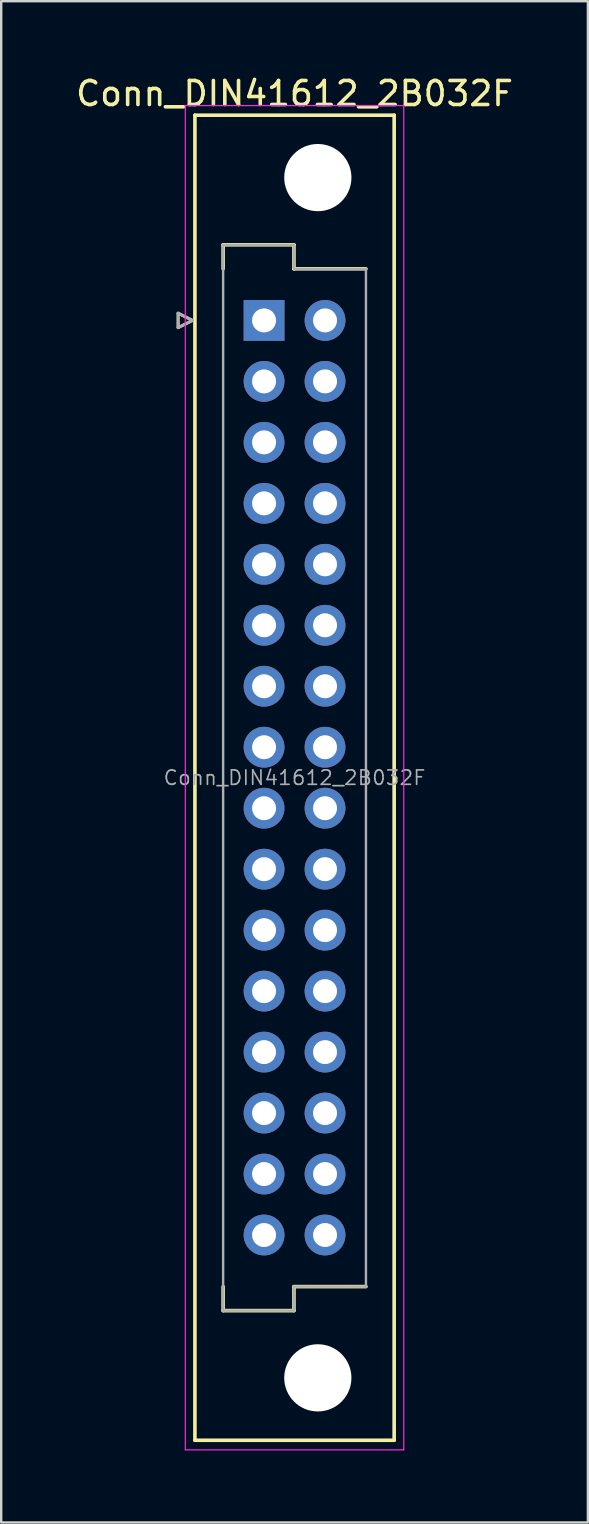
<source format=kicad_pcb>
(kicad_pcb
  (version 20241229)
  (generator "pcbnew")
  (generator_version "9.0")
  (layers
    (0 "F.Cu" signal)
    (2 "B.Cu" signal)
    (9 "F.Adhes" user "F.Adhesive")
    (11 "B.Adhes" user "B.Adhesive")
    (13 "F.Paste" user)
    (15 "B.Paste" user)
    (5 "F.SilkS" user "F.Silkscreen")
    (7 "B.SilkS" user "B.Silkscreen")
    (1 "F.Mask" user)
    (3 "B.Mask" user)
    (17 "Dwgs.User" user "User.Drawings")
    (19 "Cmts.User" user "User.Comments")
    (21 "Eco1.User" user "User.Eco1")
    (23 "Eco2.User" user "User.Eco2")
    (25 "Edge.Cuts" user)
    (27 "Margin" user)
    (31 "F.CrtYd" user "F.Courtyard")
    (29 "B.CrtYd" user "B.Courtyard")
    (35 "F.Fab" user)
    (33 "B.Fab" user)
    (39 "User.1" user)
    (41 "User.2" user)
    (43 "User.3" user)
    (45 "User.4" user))
  (footprint "Conn_DIN41612_2B032F"
    (layer "F.Cu")
    (at 7.95 10.298)
    (property "Reference" "Conn_DIN41612_2B032F" (at 1.27 -9.45 0) (layer "F.SilkS") (effects (font (size 1 1) (thickness 0.15))))
    (attr through_hole)
    (fp_line (start -3.58 -0.3) (end -3.58 0.3) (stroke (width 0.12) (type solid)) (layer "F.SilkS"))
    (fp_line (start -3.58 0.3) (end -2.98 0) (stroke (width 0.12) (type solid)) (layer "F.SilkS"))
    (fp_line (start -2.98 0) (end -3.58 -0.3) (stroke (width 0.12) (type solid)) (layer "F.SilkS"))
    (fp_line (start -2.88 -8.55) (end -2.88 46.65) (stroke (width 0.15) (type solid)) (layer "F.SilkS"))
    (fp_line (start -2.88 46.65) (end 5.42 46.65) (stroke (width 0.15) (type solid)) (layer "F.SilkS"))
    (fp_line (start -1.705 -3.15) (end 1.245 -3.15) (stroke (width 0.15) (type solid)) (layer "F.SilkS"))
    (fp_line (start -1.705 -2.15) (end -1.705 -3.15) (stroke (width 0.15) (type solid)) (layer "F.SilkS"))
    (fp_line (start -1.705 41.25) (end -1.705 40.25) (stroke (width 0.15) (type solid)) (layer "F.SilkS"))
    (fp_line (start 1.245 -3.15) (end 1.245 -2.15) (stroke (width 0.15) (type solid)) (layer "F.SilkS"))
    (fp_line (start 1.245 -2.15) (end 4.245 -2.15) (stroke (width 0.15) (type solid)) (layer "F.SilkS"))
    (fp_line (start 1.245 40.25) (end 1.245 41.25) (stroke (width 0.15) (type solid)) (layer "F.SilkS"))
    (fp_line (start 1.245 41.25) (end -1.705 41.25) (stroke (width 0.15) (type solid)) (layer "F.SilkS"))
    (fp_line (start 4.245 40.25) (end 1.245 40.25) (stroke (width 0.15) (type solid)) (layer "F.SilkS"))
    (fp_line (start 5.42 -8.55) (end -2.88 -8.55) (stroke (width 0.15) (type solid)) (layer "F.SilkS"))
    (fp_line (start 5.42 46.65) (end 5.42 -8.55) (stroke (width 0.15) (type solid)) (layer "F.SilkS"))
    (fp_line (start -3.28 -8.95) (end -3.28 47.05) (stroke (width 0.05) (type solid)) (layer "F.CrtYd"))
    (fp_line (start -3.28 47.05) (end 5.82 47.05) (stroke (width 0.05) (type solid)) (layer "F.CrtYd"))
    (fp_line (start 5.82 -8.95) (end -3.28 -8.95) (stroke (width 0.05) (type solid)) (layer "F.CrtYd"))
    (fp_line (start 5.82 47.05) (end 5.82 -8.95) (stroke (width 0.05) (type solid)) (layer "F.CrtYd"))
    (fp_line (start -3.58 -0.3) (end -3.58 0.3) (stroke (width 0.12) (type solid)) (layer "F.Fab"))
    (fp_line (start -3.58 0.3) (end -2.98 0) (stroke (width 0.12) (type solid)) (layer "F.Fab"))
    (fp_line (start -2.98 0) (end -3.58 -0.3) (stroke (width 0.12) (type solid)) (layer "F.Fab"))
    (fp_line (start -1.705 -3.15) (end 1.245 -3.15) (stroke (width 0.1) (type solid)) (layer "F.Fab"))
    (fp_line (start -1.705 -2.15) (end -1.705 -3.15) (stroke (width 0.1) (type solid)) (layer "F.Fab"))
    (fp_line (start -1.705 40.25) (end -1.705 -2.15) (stroke (width 0.1) (type solid)) (layer "F.Fab"))
    (fp_line (start -1.705 41.25) (end -1.705 40.25) (stroke (width 0.1) (type solid)) (layer "F.Fab"))
    (fp_line (start 1.245 -3.15) (end 1.245 -2.15) (stroke (width 0.1) (type solid)) (layer "F.Fab"))
    (fp_line (start 1.245 -2.15) (end 4.245 -2.15) (stroke (width 0.1) (type solid)) (layer "F.Fab"))
    (fp_line (start 1.245 40.25) (end 1.245 41.25) (stroke (width 0.1) (type solid)) (layer "F.Fab"))
    (fp_line (start 1.245 41.25) (end -1.705 41.25) (stroke (width 0.1) (type solid)) (layer "F.Fab"))
    (fp_line (start 4.245 -2.15) (end 4.245 40.25) (stroke (width 0.1) (type solid)) (layer "F.Fab"))
    (fp_line (start 4.245 40.25) (end 1.245 40.25) (stroke (width 0.1) (type solid)) (layer "F.Fab"))
    (fp_text user "${REFERENCE}" (at 1.27 19.05 0) (layer "F.Fab") (effects (font (size 0.6 0.6) (thickness 0.07))))
    (pad "" np_thru_hole circle (at 2.24 -5.95) (size 2.8 2.8) (drill 2.8) (layers "*.Cu" "*.Mask"))
    (pad "" np_thru_hole circle (at 2.24 44.05) (size 2.8 2.8) (drill 2.8) (layers "*.Cu" "*.Mask"))
    (pad "A1" thru_hole rect (at 0 0) (size 1.7 1.7) (drill 1) (layers "*.Cu" "*.Mask"))
    (pad "A2" thru_hole circle (at 0 2.54) (size 1.7 1.7) (drill 1) (layers "*.Cu" "*.Mask"))
    (pad "A3" thru_hole circle (at 0 5.08) (size 1.7 1.7) (drill 1) (layers "*.Cu" "*.Mask"))
    (pad "A4" thru_hole circle (at 0 7.62) (size 1.7 1.7) (drill 1) (layers "*.Cu" "*.Mask"))
    (pad "A5" thru_hole circle (at 0 10.16) (size 1.7 1.7) (drill 1) (layers "*.Cu" "*.Mask"))
    (pad "A6" thru_hole circle (at 0 12.7) (size 1.7 1.7) (drill 1) (layers "*.Cu" "*.Mask"))
    (pad "A7" thru_hole circle (at 0 15.24) (size 1.7 1.7) (drill 1) (layers "*.Cu" "*.Mask"))
    (pad "A8" thru_hole circle (at 0 17.78) (size 1.7 1.7) (drill 1) (layers "*.Cu" "*.Mask"))
    (pad "A9" thru_hole circle (at 0 20.32) (size 1.7 1.7) (drill 1) (layers "*.Cu" "*.Mask"))
    (pad "A10" thru_hole circle (at 0 22.86) (size 1.7 1.7) (drill 1) (layers "*.Cu" "*.Mask"))
    (pad "A11" thru_hole circle (at 0 25.4) (size 1.7 1.7) (drill 1) (layers "*.Cu" "*.Mask"))
    (pad "A12" thru_hole circle (at 0 27.94) (size 1.7 1.7) (drill 1) (layers "*.Cu" "*.Mask"))
    (pad "A13" thru_hole circle (at 0 30.48) (size 1.7 1.7) (drill 1) (layers "*.Cu" "*.Mask"))
    (pad "A14" thru_hole circle (at 0 33.02) (size 1.7 1.7) (drill 1) (layers "*.Cu" "*.Mask"))
    (pad "A15" thru_hole circle (at 0 35.56) (size 1.7 1.7) (drill 1) (layers "*.Cu" "*.Mask"))
    (pad "A16" thru_hole circle (at 0 38.1) (size 1.7 1.7) (drill 1) (layers "*.Cu" "*.Mask"))
    (pad "B1" thru_hole circle (at 2.54 0) (size 1.7 1.7) (drill 1) (layers "*.Cu" "*.Mask"))
    (pad "B2" thru_hole circle (at 2.54 2.54) (size 1.7 1.7) (drill 1) (layers "*.Cu" "*.Mask"))
    (pad "B3" thru_hole circle (at 2.54 5.08) (size 1.7 1.7) (drill 1) (layers "*.Cu" "*.Mask"))
    (pad "B4" thru_hole circle (at 2.54 7.62) (size 1.7 1.7) (drill 1) (layers "*.Cu" "*.Mask"))
    (pad "B5" thru_hole circle (at 2.54 10.16) (size 1.7 1.7) (drill 1) (layers "*.Cu" "*.Mask"))
    (pad "B6" thru_hole circle (at 2.54 12.7) (size 1.7 1.7) (drill 1) (layers "*.Cu" "*.Mask"))
    (pad "B7" thru_hole circle (at 2.54 15.24) (size 1.7 1.7) (drill 1) (layers "*.Cu" "*.Mask"))
    (pad "B8" thru_hole circle (at 2.54 17.78) (size 1.7 1.7) (drill 1) (layers "*.Cu" "*.Mask"))
    (pad "B9" thru_hole circle (at 2.54 20.32) (size 1.7 1.7) (drill 1) (layers "*.Cu" "*.Mask"))
    (pad "B10" thru_hole circle (at 2.54 22.86) (size 1.7 1.7) (drill 1) (layers "*.Cu" "*.Mask"))
    (pad "B11" thru_hole circle (at 2.54 25.4) (size 1.7 1.7) (drill 1) (layers "*.Cu" "*.Mask"))
    (pad "B12" thru_hole circle (at 2.54 27.94) (size 1.7 1.7) (drill 1) (layers "*.Cu" "*.Mask"))
    (pad "B13" thru_hole circle (at 2.54 30.48) (size 1.7 1.7) (drill 1) (layers "*.Cu" "*.Mask"))
    (pad "B14" thru_hole circle (at 2.54 33.02) (size 1.7 1.7) (drill 1) (layers "*.Cu" "*.Mask"))
    (pad "B15" thru_hole circle (at 2.54 35.56) (size 1.7 1.7) (drill 1) (layers "*.Cu" "*.Mask"))
    (pad "B16" thru_hole circle (at 2.54 38.1) (size 1.7 1.7) (drill 1) (layers "*.Cu" "*.Mask")))
  (gr_rect
    (start -3 -3)
    (end 21.44 60.373)
    (stroke (width 0.1) (type default))
    (fill no)
    (layer "Edge.Cuts")))
</source>
